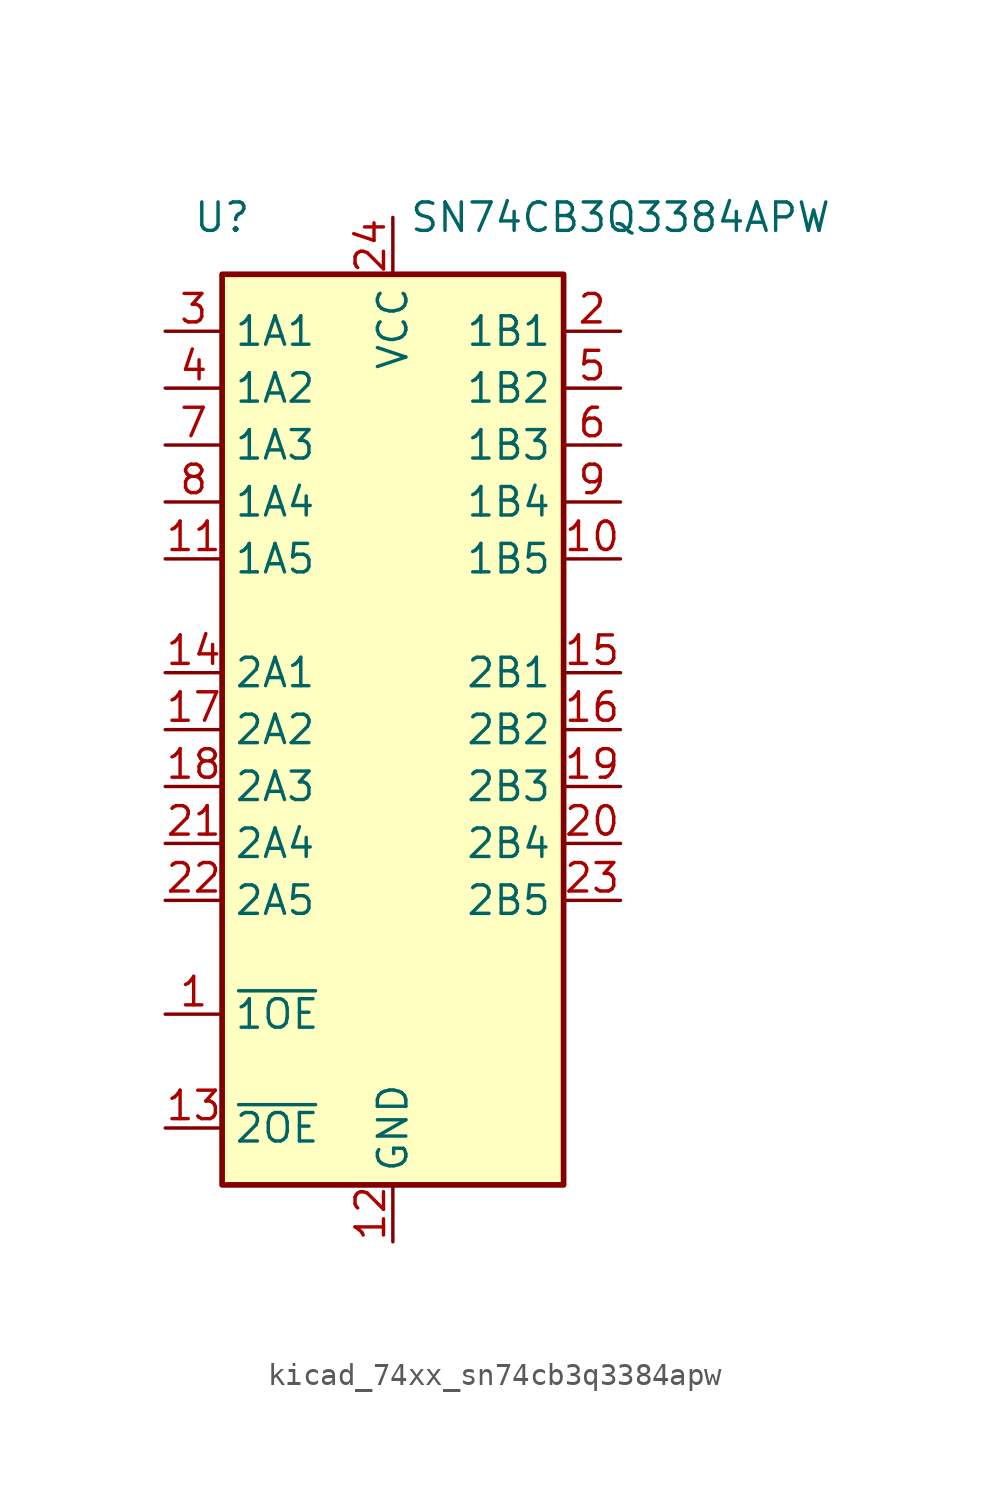
<source format=kicad_sym>
(kicad_symbol_lib
  (version 20220914)
  (generator kicad_symbol_editor)
  (symbol "kicad_74xx_sn74cb3q3384apw"
    (property "Reference" "U"
      (at -7.62 22.86 0)
      (effects (font (size 1.27 1.27))))
    (property "Value" "SN74CB3Q3384APW"
      (at 10.16 22.86 0)
      (effects (font (size 1.27 1.27))))
    (symbol "kicad_74xx_sn74cb3q3384apw_0_1"
      (pin input line (at -10.16 -12.7 0) (length 2.54) (name "~{1OE}" (effects (font (size 1.27 1.27)))) (number "1" (effects (font (size 1.27 1.27)))))
      (pin tri_state line (at 10.16 7.62 180) (length 2.54) (name "1B5" (effects (font (size 1.27 1.27)))) (number "10" (effects (font (size 1.27 1.27)))))
      (pin tri_state line (at -10.16 7.62 0) (length 2.54) (name "1A5" (effects (font (size 1.27 1.27)))) (number "11" (effects (font (size 1.27 1.27)))))
      (pin power_in line (at 0 -22.86 90) (length 2.54) (name "GND" (effects (font (size 1.27 1.27)))) (number "12" (effects (font (size 1.27 1.27)))))
      (pin input line (at -10.16 -17.78 0) (length 2.54) (name "~{2OE}" (effects (font (size 1.27 1.27)))) (number "13" (effects (font (size 1.27 1.27)))))
      (pin tri_state line (at -10.16 2.54 0) (length 2.54) (name "2A1" (effects (font (size 1.27 1.27)))) (number "14" (effects (font (size 1.27 1.27)))))
      (pin tri_state line (at 10.16 2.54 180) (length 2.54) (name "2B1" (effects (font (size 1.27 1.27)))) (number "15" (effects (font (size 1.27 1.27)))))
      (pin tri_state line (at 10.16 0 180) (length 2.54) (name "2B2" (effects (font (size 1.27 1.27)))) (number "16" (effects (font (size 1.27 1.27)))))
      (pin tri_state line (at -10.16 0 0) (length 2.54) (name "2A2" (effects (font (size 1.27 1.27)))) (number "17" (effects (font (size 1.27 1.27)))))
      (pin tri_state line (at -10.16 -2.54 0) (length 2.54) (name "2A3" (effects (font (size 1.27 1.27)))) (number "18" (effects (font (size 1.27 1.27)))))
      (pin tri_state line (at 10.16 -2.54 180) (length 2.54) (name "2B3" (effects (font (size 1.27 1.27)))) (number "19" (effects (font (size 1.27 1.27)))))
      (pin tri_state line (at 10.16 17.78 180) (length 2.54) (name "1B1" (effects (font (size 1.27 1.27)))) (number "2" (effects (font (size 1.27 1.27)))))
      (pin tri_state line (at 10.16 -5.08 180) (length 2.54) (name "2B4" (effects (font (size 1.27 1.27)))) (number "20" (effects (font (size 1.27 1.27)))))
      (pin tri_state line (at -10.16 -5.08 0) (length 2.54) (name "2A4" (effects (font (size 1.27 1.27)))) (number "21" (effects (font (size 1.27 1.27)))))
      (pin tri_state line (at -10.16 -7.62 0) (length 2.54) (name "2A5" (effects (font (size 1.27 1.27)))) (number "22" (effects (font (size 1.27 1.27)))))
      (pin tri_state line (at 10.16 -7.62 180) (length 2.54) (name "2B5" (effects (font (size 1.27 1.27)))) (number "23" (effects (font (size 1.27 1.27)))))
      (pin power_in line (at 0 22.86 270) (length 2.54) (name "VCC" (effects (font (size 1.27 1.27)))) (number "24" (effects (font (size 1.27 1.27)))))
      (pin tri_state line (at -10.16 17.78 0) (length 2.54) (name "1A1" (effects (font (size 1.27 1.27)))) (number "3" (effects (font (size 1.27 1.27)))))
      (pin tri_state line (at -10.16 15.24 0) (length 2.54) (name "1A2" (effects (font (size 1.27 1.27)))) (number "4" (effects (font (size 1.27 1.27)))))
      (pin tri_state line (at 10.16 15.24 180) (length 2.54) (name "1B2" (effects (font (size 1.27 1.27)))) (number "5" (effects (font (size 1.27 1.27)))))
      (pin tri_state line (at 10.16 12.7 180) (length 2.54) (name "1B3" (effects (font (size 1.27 1.27)))) (number "6" (effects (font (size 1.27 1.27)))))
      (pin tri_state line (at -10.16 12.7 0) (length 2.54) (name "1A3" (effects (font (size 1.27 1.27)))) (number "7" (effects (font (size 1.27 1.27)))))
      (pin tri_state line (at -10.16 10.16 0) (length 2.54) (name "1A4" (effects (font (size 1.27 1.27)))) (number "8" (effects (font (size 1.27 1.27)))))
      (pin tri_state line (at 10.16 10.16 180) (length 2.54) (name "1B4" (effects (font (size 1.27 1.27)))) (number "9" (effects (font (size 1.27 1.27))))))
    (symbol "kicad_74xx_sn74cb3q3384apw_1_1"
      (rectangle (start -7.62 20.32) (end 7.62 -20.32) (stroke (width 0.254) (type default)) (fill (type background))))))
</source>
